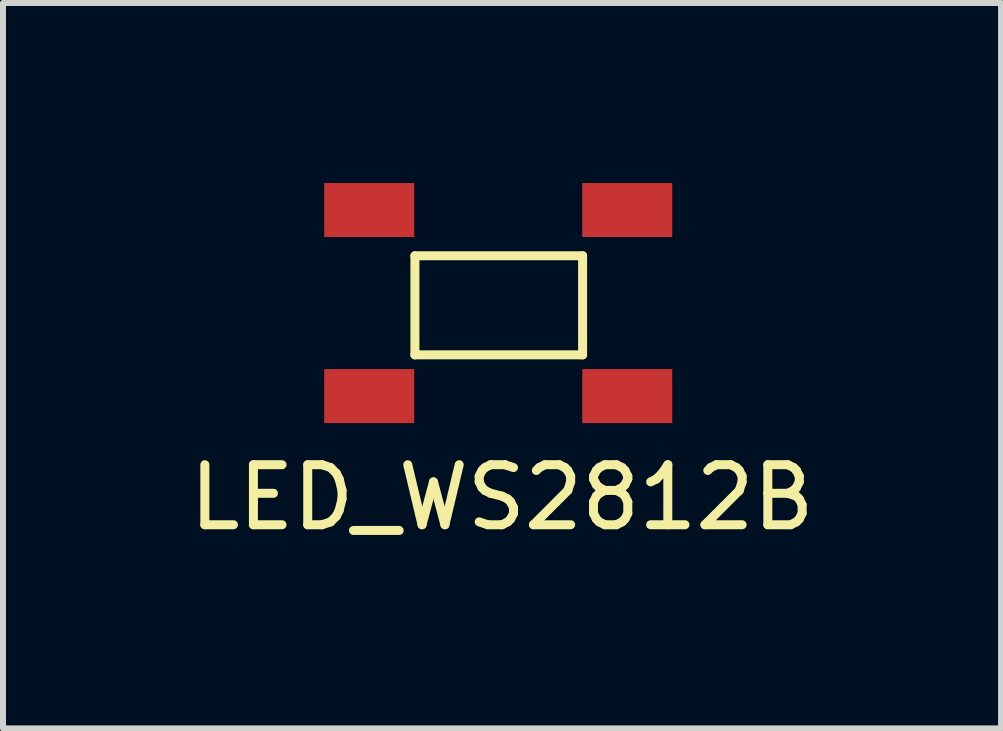
<source format=kicad_pcb>
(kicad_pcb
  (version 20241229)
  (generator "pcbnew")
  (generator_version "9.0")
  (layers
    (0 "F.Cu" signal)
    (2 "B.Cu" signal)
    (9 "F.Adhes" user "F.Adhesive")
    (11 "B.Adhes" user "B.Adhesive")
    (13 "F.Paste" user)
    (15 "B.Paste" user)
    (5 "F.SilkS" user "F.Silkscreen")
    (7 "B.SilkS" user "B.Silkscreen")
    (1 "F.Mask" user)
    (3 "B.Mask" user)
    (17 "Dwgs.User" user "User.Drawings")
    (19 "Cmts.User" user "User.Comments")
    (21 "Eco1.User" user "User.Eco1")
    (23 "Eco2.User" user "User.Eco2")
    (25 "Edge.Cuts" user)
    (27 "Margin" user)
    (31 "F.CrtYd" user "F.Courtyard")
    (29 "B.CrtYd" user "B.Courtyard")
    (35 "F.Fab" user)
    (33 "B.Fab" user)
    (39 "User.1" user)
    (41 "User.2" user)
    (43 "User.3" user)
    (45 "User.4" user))
  (footprint "LED_WS2812B"
    (layer "F.Cu")
    (at 5.252 2)
    (property "Reference" "LED_WS2812B" (at 0.064 3.239 0) (layer "F.SilkS") (effects (font (size 1 1) (thickness 0.15))))
    (attr through_hole)
    (fp_line (start -1.388 -0.788) (end 1.406 -0.788) (stroke (width 0.15) (type solid)) (layer "F.SilkS"))
    (fp_line (start -1.388 0.863) (end -1.388 -0.788) (stroke (width 0.15) (type solid)) (layer "F.SilkS"))
    (fp_line (start 1.406 -0.788) (end 1.406 0.863) (stroke (width 0.15) (type solid)) (layer "F.SilkS"))
    (fp_line (start 1.406 0.863) (end -1.388 0.863) (stroke (width 0.15) (type solid)) (layer "F.SilkS"))
    (pad "1" smd rect (at -2.15 -1.55) (size 1.5 0.9) (layers "F.Cu" "F.Mask" "F.Paste"))
    (pad "2" smd rect (at -2.15 1.55) (size 1.5 0.9) (layers "F.Cu" "F.Mask" "F.Paste"))
    (pad "3" smd rect (at 2.15 1.55) (size 1.5 0.9) (layers "F.Cu" "F.Mask" "F.Paste"))
    (pad "4" smd rect (at 2.15 -1.55) (size 1.5 0.9) (layers "F.Cu" "F.Mask" "F.Paste")))
  (gr_rect
    (start -3 -3)
    (end 13.631 9.087)
    (stroke (width 0.1) (type default))
    (fill no)
    (layer "Edge.Cuts")))
</source>
